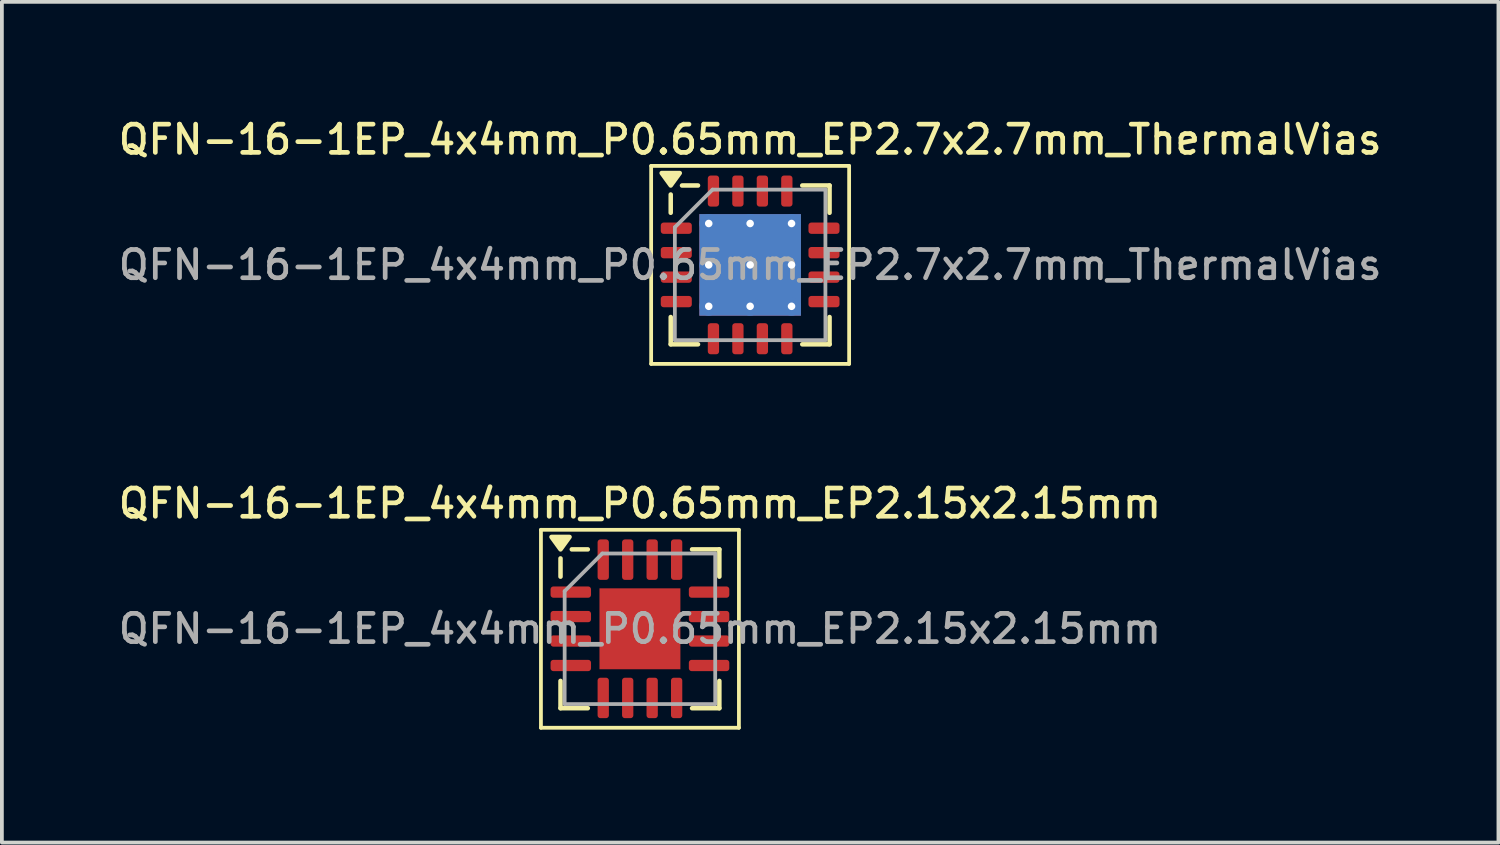
<source format=kicad_pcb>
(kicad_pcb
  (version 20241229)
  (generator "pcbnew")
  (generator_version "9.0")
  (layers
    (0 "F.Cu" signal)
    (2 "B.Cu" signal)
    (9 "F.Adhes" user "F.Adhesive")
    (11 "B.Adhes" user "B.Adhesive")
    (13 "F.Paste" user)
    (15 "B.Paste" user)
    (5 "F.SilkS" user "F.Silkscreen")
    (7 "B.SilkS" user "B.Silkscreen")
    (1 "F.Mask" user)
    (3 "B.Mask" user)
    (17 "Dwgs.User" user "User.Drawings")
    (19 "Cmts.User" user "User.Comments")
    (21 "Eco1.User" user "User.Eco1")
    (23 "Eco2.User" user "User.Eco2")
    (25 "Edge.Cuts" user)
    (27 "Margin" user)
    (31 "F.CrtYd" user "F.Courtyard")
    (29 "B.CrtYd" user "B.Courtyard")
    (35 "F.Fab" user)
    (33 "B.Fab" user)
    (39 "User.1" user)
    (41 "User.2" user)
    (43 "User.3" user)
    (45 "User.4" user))
  (footprint "QFN-16-1EP_4x4mm_P0.65mm_EP2.15x2.15mm"
    (layer "F.Cu")
    (at 13.952 13.656)
    (property "Reference" "QFN-16-1EP_4x4mm_P0.65mm_EP2.15x2.15mm" (at 0 -3.33 0) (layer "F.SilkS") (effects (font (size 0.75 0.75) (thickness 0.125))))
    (attr smd)
    (fp_line (start -2.63 -2.63) (end -2.63 2.63) (stroke (width 0.1) (type solid)) (layer "F.SilkS"))
    (fp_line (start -2.63 2.63) (end 2.63 2.63) (stroke (width 0.1) (type solid)) (layer "F.SilkS"))
    (fp_line (start -2.11 -1.385) (end -2.11 -1.87) (stroke (width 0.12) (type solid)) (layer "F.SilkS"))
    (fp_line (start -2.11 2.11) (end -2.11 1.385) (stroke (width 0.12) (type solid)) (layer "F.SilkS"))
    (fp_line (start -1.385 -2.11) (end -1.81 -2.11) (stroke (width 0.12) (type solid)) (layer "F.SilkS"))
    (fp_line (start -1.385 2.11) (end -2.11 2.11) (stroke (width 0.12) (type solid)) (layer "F.SilkS"))
    (fp_line (start 1.385 -2.11) (end 2.11 -2.11) (stroke (width 0.12) (type solid)) (layer "F.SilkS"))
    (fp_line (start 1.385 2.11) (end 2.11 2.11) (stroke (width 0.12) (type solid)) (layer "F.SilkS"))
    (fp_line (start 2.11 -2.11) (end 2.11 -1.385) (stroke (width 0.12) (type solid)) (layer "F.SilkS"))
    (fp_line (start 2.11 2.11) (end 2.11 1.385) (stroke (width 0.12) (type solid)) (layer "F.SilkS"))
    (fp_line (start 2.63 -2.63) (end -2.63 -2.63) (stroke (width 0.1) (type solid)) (layer "F.SilkS"))
    (fp_line (start 2.63 2.63) (end 2.63 -2.63) (stroke (width 0.1) (type solid)) (layer "F.SilkS"))
    (fp_poly (pts (xy -2.11 -2.11) (xy -2.35 -2.44) (xy -1.87 -2.44) (xy -2.11 -2.11)) (stroke (width 0.12) (type solid)) (fill yes) (layer "F.SilkS"))
    (fp_line (start -2 -1) (end -1 -2) (stroke (width 0.1) (type solid)) (layer "F.Fab"))
    (fp_line (start -2 2) (end -2 -1) (stroke (width 0.1) (type solid)) (layer "F.Fab"))
    (fp_line (start -1 -2) (end 2 -2) (stroke (width 0.1) (type solid)) (layer "F.Fab"))
    (fp_line (start 2 -2) (end 2 2) (stroke (width 0.1) (type solid)) (layer "F.Fab"))
    (fp_line (start 2 2) (end -2 2) (stroke (width 0.1) (type solid)) (layer "F.Fab"))
    (fp_text user "${REFERENCE}" (at 0 0 0) (layer "F.Fab") (effects (font (size 0.75 0.75) (thickness 0.125))))
    (pad "" smd roundrect (at -0.54 -0.54) (size 0.87 0.87) (layers "F.Paste") (roundrect_rratio 0.25))
    (pad "" smd roundrect (at -0.54 0.54) (size 0.87 0.87) (layers "F.Paste") (roundrect_rratio 0.25))
    (pad "" smd roundrect (at 0.54 -0.54) (size 0.87 0.87) (layers "F.Paste") (roundrect_rratio 0.25))
    (pad "" smd roundrect (at 0.54 0.54) (size 0.87 0.87) (layers "F.Paste") (roundrect_rratio 0.25))
    (pad "1" smd roundrect (at -1.837 -0.975) (size 1.075 0.3) (layers "F.Cu" "F.Mask" "F.Paste") (roundrect_rratio 0.25))
    (pad "2" smd roundrect (at -1.837 -0.325) (size 1.075 0.3) (layers "F.Cu" "F.Mask" "F.Paste") (roundrect_rratio 0.25))
    (pad "3" smd roundrect (at -1.837 0.325) (size 1.075 0.3) (layers "F.Cu" "F.Mask" "F.Paste") (roundrect_rratio 0.25))
    (pad "4" smd roundrect (at -1.837 0.975) (size 1.075 0.3) (layers "F.Cu" "F.Mask" "F.Paste") (roundrect_rratio 0.25))
    (pad "5" smd roundrect (at -0.975 1.837) (size 0.3 1.075) (layers "F.Cu" "F.Mask" "F.Paste") (roundrect_rratio 0.25))
    (pad "6" smd roundrect (at -0.325 1.837) (size 0.3 1.075) (layers "F.Cu" "F.Mask" "F.Paste") (roundrect_rratio 0.25))
    (pad "7" smd roundrect (at 0.325 1.837) (size 0.3 1.075) (layers "F.Cu" "F.Mask" "F.Paste") (roundrect_rratio 0.25))
    (pad "8" smd roundrect (at 0.975 1.837) (size 0.3 1.075) (layers "F.Cu" "F.Mask" "F.Paste") (roundrect_rratio 0.25))
    (pad "9" smd roundrect (at 1.837 0.975) (size 1.075 0.3) (layers "F.Cu" "F.Mask" "F.Paste") (roundrect_rratio 0.25))
    (pad "10" smd roundrect (at 1.837 0.325) (size 1.075 0.3) (layers "F.Cu" "F.Mask" "F.Paste") (roundrect_rratio 0.25))
    (pad "11" smd roundrect (at 1.837 -0.325) (size 1.075 0.3) (layers "F.Cu" "F.Mask" "F.Paste") (roundrect_rratio 0.25))
    (pad "12" smd roundrect (at 1.837 -0.975) (size 1.075 0.3) (layers "F.Cu" "F.Mask" "F.Paste") (roundrect_rratio 0.25))
    (pad "13" smd roundrect (at 0.975 -1.837) (size 0.3 1.075) (layers "F.Cu" "F.Mask" "F.Paste") (roundrect_rratio 0.25))
    (pad "14" smd roundrect (at 0.325 -1.837) (size 0.3 1.075) (layers "F.Cu" "F.Mask" "F.Paste") (roundrect_rratio 0.25))
    (pad "15" smd roundrect (at -0.325 -1.837) (size 0.3 1.075) (layers "F.Cu" "F.Mask" "F.Paste") (roundrect_rratio 0.25))
    (pad "16" smd roundrect (at -0.975 -1.837) (size 0.3 1.075) (layers "F.Cu" "F.Mask" "F.Paste") (roundrect_rratio 0.25))
    (pad "17" smd rect (at 0 0) (size 2.15 2.15) (property pad_prop_heatsink) (layers "F.Cu" "F.Mask")))
  (footprint "QFN-16-1EP_4x4mm_P0.65mm_EP2.7x2.7mm_ThermalVias"
    (layer "F.Cu")
    (at 16.88 3.988)
    (property "Reference" "QFN-16-1EP_4x4mm_P0.65mm_EP2.7x2.7mm_ThermalVias" (at 0 -3.33 0) (layer "F.SilkS") (effects (font (size 0.75 0.75) (thickness 0.125))))
    (attr smd)
    (fp_line (start -2.63 -2.63) (end -2.63 2.63) (stroke (width 0.1) (type solid)) (layer "F.SilkS"))
    (fp_line (start -2.63 2.63) (end 2.63 2.63) (stroke (width 0.1) (type solid)) (layer "F.SilkS"))
    (fp_line (start -2.11 -1.385) (end -2.11 -1.87) (stroke (width 0.12) (type solid)) (layer "F.SilkS"))
    (fp_line (start -2.11 2.11) (end -2.11 1.385) (stroke (width 0.12) (type solid)) (layer "F.SilkS"))
    (fp_line (start -1.385 -2.11) (end -1.81 -2.11) (stroke (width 0.12) (type solid)) (layer "F.SilkS"))
    (fp_line (start -1.385 2.11) (end -2.11 2.11) (stroke (width 0.12) (type solid)) (layer "F.SilkS"))
    (fp_line (start 1.385 -2.11) (end 2.11 -2.11) (stroke (width 0.12) (type solid)) (layer "F.SilkS"))
    (fp_line (start 1.385 2.11) (end 2.11 2.11) (stroke (width 0.12) (type solid)) (layer "F.SilkS"))
    (fp_line (start 2.11 -2.11) (end 2.11 -1.385) (stroke (width 0.12) (type solid)) (layer "F.SilkS"))
    (fp_line (start 2.11 2.11) (end 2.11 1.385) (stroke (width 0.12) (type solid)) (layer "F.SilkS"))
    (fp_line (start 2.63 -2.63) (end -2.63 -2.63) (stroke (width 0.1) (type solid)) (layer "F.SilkS"))
    (fp_line (start 2.63 2.63) (end 2.63 -2.63) (stroke (width 0.1) (type solid)) (layer "F.SilkS"))
    (fp_poly (pts (xy -2.11 -2.11) (xy -2.35 -2.44) (xy -1.87 -2.44) (xy -2.11 -2.11)) (stroke (width 0.12) (type solid)) (fill yes) (layer "F.SilkS"))
    (fp_line (start -2 -1) (end -1 -2) (stroke (width 0.1) (type solid)) (layer "F.Fab"))
    (fp_line (start -2 2) (end -2 -1) (stroke (width 0.1) (type solid)) (layer "F.Fab"))
    (fp_line (start -1 -2) (end 2 -2) (stroke (width 0.1) (type solid)) (layer "F.Fab"))
    (fp_line (start 2 -2) (end 2 2) (stroke (width 0.1) (type solid)) (layer "F.Fab"))
    (fp_line (start 2 2) (end -2 2) (stroke (width 0.1) (type solid)) (layer "F.Fab"))
    (fp_text user "${REFERENCE}" (at 0 0 0) (layer "F.Fab") (effects (font (size 0.75 0.75) (thickness 0.125))))
    (pad "" smd roundrect (at -0.675 -0.675) (size 1.17 1.17) (layers "F.Paste") (roundrect_rratio 0.214))
    (pad "" smd roundrect (at -0.675 0.675) (size 1.17 1.17) (layers "F.Paste") (roundrect_rratio 0.214))
    (pad "" smd roundrect (at 0.675 -0.675) (size 1.17 1.17) (layers "F.Paste") (roundrect_rratio 0.214))
    (pad "" smd roundrect (at 0.675 0.675) (size 1.17 1.17) (layers "F.Paste") (roundrect_rratio 0.214))
    (pad "1" smd roundrect (at -1.962 -0.975) (size 0.825 0.3) (layers "F.Cu" "F.Mask" "F.Paste") (roundrect_rratio 0.25))
    (pad "2" smd roundrect (at -1.962 -0.325) (size 0.825 0.3) (layers "F.Cu" "F.Mask" "F.Paste") (roundrect_rratio 0.25))
    (pad "3" smd roundrect (at -1.962 0.325) (size 0.825 0.3) (layers "F.Cu" "F.Mask" "F.Paste") (roundrect_rratio 0.25))
    (pad "4" smd roundrect (at -1.962 0.975) (size 0.825 0.3) (layers "F.Cu" "F.Mask" "F.Paste") (roundrect_rratio 0.25))
    (pad "5" smd roundrect (at -0.975 1.962) (size 0.3 0.825) (layers "F.Cu" "F.Mask" "F.Paste") (roundrect_rratio 0.25))
    (pad "6" smd roundrect (at -0.325 1.962) (size 0.3 0.825) (layers "F.Cu" "F.Mask" "F.Paste") (roundrect_rratio 0.25))
    (pad "7" smd roundrect (at 0.325 1.962) (size 0.3 0.825) (layers "F.Cu" "F.Mask" "F.Paste") (roundrect_rratio 0.25))
    (pad "8" smd roundrect (at 0.975 1.962) (size 0.3 0.825) (layers "F.Cu" "F.Mask" "F.Paste") (roundrect_rratio 0.25))
    (pad "9" smd roundrect (at 1.962 0.975) (size 0.825 0.3) (layers "F.Cu" "F.Mask" "F.Paste") (roundrect_rratio 0.25))
    (pad "10" smd roundrect (at 1.962 0.325) (size 0.825 0.3) (layers "F.Cu" "F.Mask" "F.Paste") (roundrect_rratio 0.25))
    (pad "11" smd roundrect (at 1.962 -0.325) (size 0.825 0.3) (layers "F.Cu" "F.Mask" "F.Paste") (roundrect_rratio 0.25))
    (pad "12" smd roundrect (at 1.962 -0.975) (size 0.825 0.3) (layers "F.Cu" "F.Mask" "F.Paste") (roundrect_rratio 0.25))
    (pad "13" smd roundrect (at 0.975 -1.962) (size 0.3 0.825) (layers "F.Cu" "F.Mask" "F.Paste") (roundrect_rratio 0.25))
    (pad "14" smd roundrect (at 0.325 -1.962) (size 0.3 0.825) (layers "F.Cu" "F.Mask" "F.Paste") (roundrect_rratio 0.25))
    (pad "15" smd roundrect (at -0.325 -1.962) (size 0.3 0.825) (layers "F.Cu" "F.Mask" "F.Paste") (roundrect_rratio 0.25))
    (pad "16" smd roundrect (at -0.975 -1.962) (size 0.3 0.825) (layers "F.Cu" "F.Mask" "F.Paste") (roundrect_rratio 0.25))
    (pad "17" thru_hole circle (at -1.1 -1.1) (size 0.5 0.5) (drill 0.2) (property pad_prop_heatsink) (layers "*.Cu"))
    (pad "17" thru_hole circle (at -1.1 0) (size 0.5 0.5) (drill 0.2) (property pad_prop_heatsink) (layers "*.Cu"))
    (pad "17" thru_hole circle (at -1.1 1.1) (size 0.5 0.5) (drill 0.2) (property pad_prop_heatsink) (layers "*.Cu"))
    (pad "17" thru_hole circle (at 0 -1.1) (size 0.5 0.5) (drill 0.2) (property pad_prop_heatsink) (layers "*.Cu"))
    (pad "17" thru_hole circle (at 0 0) (size 0.5 0.5) (drill 0.2) (property pad_prop_heatsink) (layers "*.Cu"))
    (pad "17" smd rect (at 0 0) (size 2.7 2.7) (property pad_prop_heatsink) (layers "F.Cu" "F.Mask"))
    (pad "17" smd rect (at 0 0) (size 2.7 2.7) (property pad_prop_heatsink) (layers "B.Cu"))
    (pad "17" thru_hole circle (at 0 1.1) (size 0.5 0.5) (drill 0.2) (property pad_prop_heatsink) (layers "*.Cu"))
    (pad "17" thru_hole circle (at 1.1 -1.1) (size 0.5 0.5) (drill 0.2) (property pad_prop_heatsink) (layers "*.Cu"))
    (pad "17" thru_hole circle (at 1.1 0) (size 0.5 0.5) (drill 0.2) (property pad_prop_heatsink) (layers "*.Cu"))
    (pad "17" thru_hole circle (at 1.1 1.1) (size 0.5 0.5) (drill 0.2) (property pad_prop_heatsink) (layers "*.Cu")))
  (gr_rect
    (start -3 -3)
    (end 36.761 19.336)
    (stroke (width 0.1) (type default))
    (fill no)
    (layer "Edge.Cuts")))
</source>
